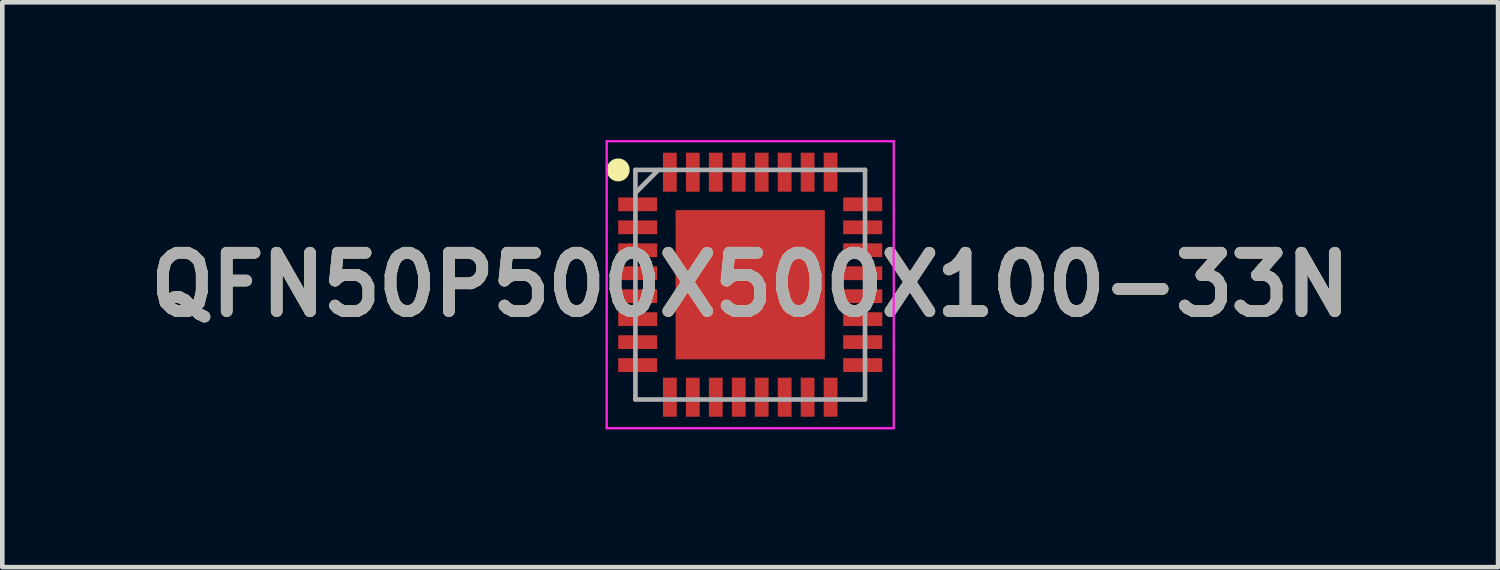
<source format=kicad_pcb>
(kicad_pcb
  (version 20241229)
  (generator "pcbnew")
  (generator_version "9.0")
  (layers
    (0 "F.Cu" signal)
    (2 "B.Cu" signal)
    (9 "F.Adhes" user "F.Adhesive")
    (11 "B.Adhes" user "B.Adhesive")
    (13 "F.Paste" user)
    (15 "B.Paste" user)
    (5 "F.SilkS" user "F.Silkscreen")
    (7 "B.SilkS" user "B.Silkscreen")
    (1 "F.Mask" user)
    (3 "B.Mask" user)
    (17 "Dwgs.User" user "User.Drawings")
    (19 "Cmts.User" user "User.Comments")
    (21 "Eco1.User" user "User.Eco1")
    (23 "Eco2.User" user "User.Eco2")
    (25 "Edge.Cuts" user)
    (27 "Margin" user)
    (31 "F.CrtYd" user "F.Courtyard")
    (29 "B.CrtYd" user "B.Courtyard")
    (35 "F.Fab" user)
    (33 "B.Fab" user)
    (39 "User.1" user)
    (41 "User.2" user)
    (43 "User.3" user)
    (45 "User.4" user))
  (footprint "QFN50P500X500X100-33N"
    (layer "F.Cu")
    (at 13.287 3.15)
    (property "Reference" "QFN50P500X500X100-33N" (at 0 0 0) (layer "F.SilkS") (effects (font (size 1.27 1.27) (thickness 0.254))))
    (attr smd)
    (fp_circle (center -2.875 -2.5) (end -2.875 -2.375) (stroke (width 0.25) (type solid)) (fill no) (layer "F.SilkS"))
    (fp_line (start -3.125 -3.125) (end 3.125 -3.125) (stroke (width 0.05) (type solid)) (layer "F.CrtYd"))
    (fp_line (start -3.125 3.125) (end -3.125 -3.125) (stroke (width 0.05) (type solid)) (layer "F.CrtYd"))
    (fp_line (start 3.125 -3.125) (end 3.125 3.125) (stroke (width 0.05) (type solid)) (layer "F.CrtYd"))
    (fp_line (start 3.125 3.125) (end -3.125 3.125) (stroke (width 0.05) (type solid)) (layer "F.CrtYd"))
    (fp_line (start -2.5 -2.5) (end 2.5 -2.5) (stroke (width 0.1) (type solid)) (layer "F.Fab"))
    (fp_line (start -2.5 -2) (end -2 -2.5) (stroke (width 0.1) (type solid)) (layer "F.Fab"))
    (fp_line (start -2.5 2.5) (end -2.5 -2.5) (stroke (width 0.1) (type solid)) (layer "F.Fab"))
    (fp_line (start 2.5 -2.5) (end 2.5 2.5) (stroke (width 0.1) (type solid)) (layer "F.Fab"))
    (fp_line (start 2.5 2.5) (end -2.5 2.5) (stroke (width 0.1) (type solid)) (layer "F.Fab"))
    (fp_text user "${REFERENCE}" (at 0 0 0) (layer "F.Fab") (effects (font (size 1.27 1.27) (thickness 0.254))))
    (pad "1" smd rect (at -2.45 -1.75 90) (size 0.3 0.85) (layers "F.Cu" "F.Mask" "F.Paste"))
    (pad "2" smd rect (at -2.45 -1.25 90) (size 0.3 0.85) (layers "F.Cu" "F.Mask" "F.Paste"))
    (pad "3" smd rect (at -2.45 -0.75 90) (size 0.3 0.85) (layers "F.Cu" "F.Mask" "F.Paste"))
    (pad "4" smd rect (at -2.45 -0.25 90) (size 0.3 0.85) (layers "F.Cu" "F.Mask" "F.Paste"))
    (pad "5" smd rect (at -2.45 0.25 90) (size 0.3 0.85) (layers "F.Cu" "F.Mask" "F.Paste"))
    (pad "6" smd rect (at -2.45 0.75 90) (size 0.3 0.85) (layers "F.Cu" "F.Mask" "F.Paste"))
    (pad "7" smd rect (at -2.45 1.25 90) (size 0.3 0.85) (layers "F.Cu" "F.Mask" "F.Paste"))
    (pad "8" smd rect (at -2.45 1.75 90) (size 0.3 0.85) (layers "F.Cu" "F.Mask" "F.Paste"))
    (pad "9" smd rect (at -1.75 2.45) (size 0.3 0.85) (layers "F.Cu" "F.Mask" "F.Paste"))
    (pad "10" smd rect (at -1.25 2.45) (size 0.3 0.85) (layers "F.Cu" "F.Mask" "F.Paste"))
    (pad "11" smd rect (at -0.75 2.45) (size 0.3 0.85) (layers "F.Cu" "F.Mask" "F.Paste"))
    (pad "12" smd rect (at -0.25 2.45) (size 0.3 0.85) (layers "F.Cu" "F.Mask" "F.Paste"))
    (pad "13" smd rect (at 0.25 2.45) (size 0.3 0.85) (layers "F.Cu" "F.Mask" "F.Paste"))
    (pad "14" smd rect (at 0.75 2.45) (size 0.3 0.85) (layers "F.Cu" "F.Mask" "F.Paste"))
    (pad "15" smd rect (at 1.25 2.45) (size 0.3 0.85) (layers "F.Cu" "F.Mask" "F.Paste"))
    (pad "16" smd rect (at 1.75 2.45) (size 0.3 0.85) (layers "F.Cu" "F.Mask" "F.Paste"))
    (pad "17" smd rect (at 2.45 1.75 90) (size 0.3 0.85) (layers "F.Cu" "F.Mask" "F.Paste"))
    (pad "18" smd rect (at 2.45 1.25 90) (size 0.3 0.85) (layers "F.Cu" "F.Mask" "F.Paste"))
    (pad "19" smd rect (at 2.45 0.75 90) (size 0.3 0.85) (layers "F.Cu" "F.Mask" "F.Paste"))
    (pad "20" smd rect (at 2.45 0.25 90) (size 0.3 0.85) (layers "F.Cu" "F.Mask" "F.Paste"))
    (pad "21" smd rect (at 2.45 -0.25 90) (size 0.3 0.85) (layers "F.Cu" "F.Mask" "F.Paste"))
    (pad "22" smd rect (at 2.45 -0.75 90) (size 0.3 0.85) (layers "F.Cu" "F.Mask" "F.Paste"))
    (pad "23" smd rect (at 2.45 -1.25 90) (size 0.3 0.85) (layers "F.Cu" "F.Mask" "F.Paste"))
    (pad "24" smd rect (at 2.45 -1.75 90) (size 0.3 0.85) (layers "F.Cu" "F.Mask" "F.Paste"))
    (pad "25" smd rect (at 1.75 -2.45) (size 0.3 0.85) (layers "F.Cu" "F.Mask" "F.Paste"))
    (pad "26" smd rect (at 1.25 -2.45) (size 0.3 0.85) (layers "F.Cu" "F.Mask" "F.Paste"))
    (pad "27" smd rect (at 0.75 -2.45) (size 0.3 0.85) (layers "F.Cu" "F.Mask" "F.Paste"))
    (pad "28" smd rect (at 0.25 -2.45) (size 0.3 0.85) (layers "F.Cu" "F.Mask" "F.Paste"))
    (pad "29" smd rect (at -0.25 -2.45) (size 0.3 0.85) (layers "F.Cu" "F.Mask" "F.Paste"))
    (pad "30" smd rect (at -0.75 -2.45) (size 0.3 0.85) (layers "F.Cu" "F.Mask" "F.Paste"))
    (pad "31" smd rect (at -1.25 -2.45) (size 0.3 0.85) (layers "F.Cu" "F.Mask" "F.Paste"))
    (pad "32" smd rect (at -1.75 -2.45) (size 0.3 0.85) (layers "F.Cu" "F.Mask" "F.Paste"))
    (pad "33" smd rect (at 0 0) (size 3.25 3.25) (layers "F.Cu" "F.Mask" "F.Paste")))
  (gr_rect
    (start -3 -3)
    (end 29.573 9.3)
    (stroke (width 0.1) (type default))
    (fill no)
    (layer "Edge.Cuts")))
</source>
